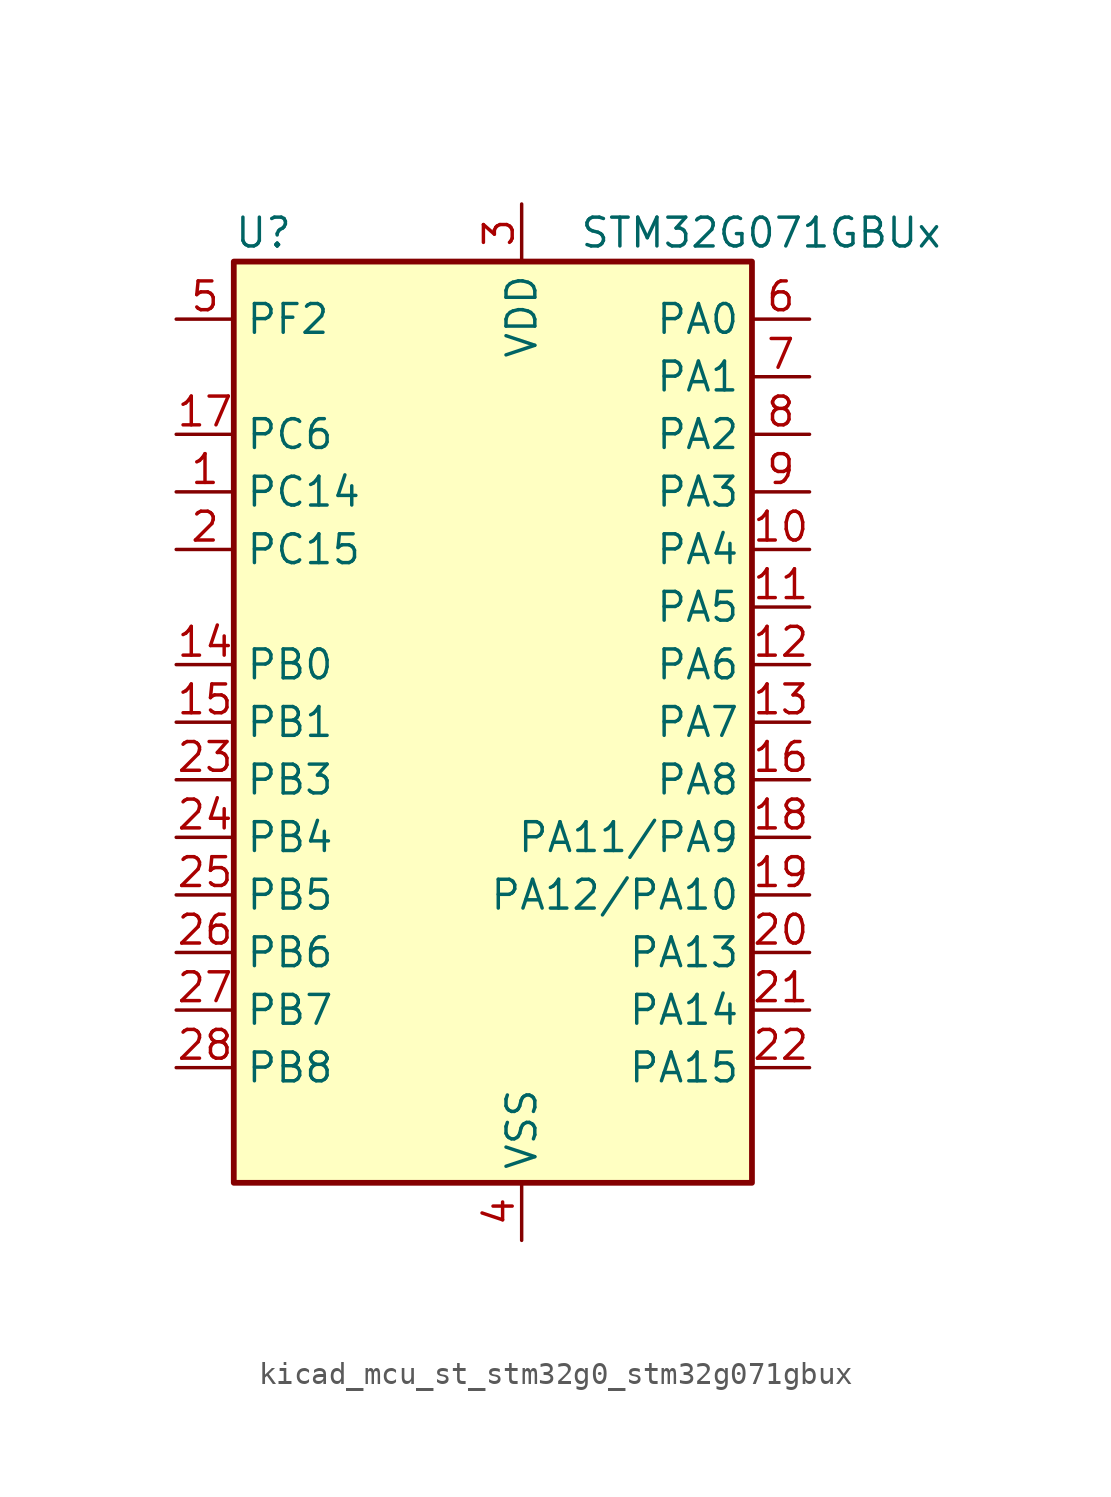
<source format=kicad_sym>
(kicad_symbol_lib
  (version 20220914)
  (generator kicad_symbol_editor)
  (symbol "kicad_mcu_st_stm32g0_stm32g071gbux"
    (property "Reference" "U"
      (at -10.16 21.59 0)
      (effects (font (size 1.27 1.27)) (justify left)))
    (property "Value" "STM32G071GBUx"
      (at 5.08 21.59 0)
      (effects (font (size 1.27 1.27)) (justify left)))
    (property "ki_locked" ""
      (at 0 0 0)
      (effects (font (size 1.27 1.27))))
    (symbol "kicad_mcu_st_stm32g0_stm32g071gbux_0_1"
      (rectangle (start -10.16 -20.32) (end 12.7 20.32) (stroke (width 0.254) (type default)) (fill (type background))))
    (symbol "kicad_mcu_st_stm32g0_stm32g071gbux_1_1"
      (pin bidirectional line (at -12.7 10.16 0) (length 2.54) (name "PC14" (effects (font (size 1.27 1.27)))) (number "1" (effects (font (size 1.27 1.27)))) (alternate "RCC_OSC32_IN" bidirectional line) (alternate "RCC_OSC_IN" bidirectional line) (alternate "TIM1_BK2" bidirectional line))
      (pin bidirectional line (at 15.24 7.62 180) (length 2.54) (name "PA4" (effects (font (size 1.27 1.27)))) (number "10" (effects (font (size 1.27 1.27)))) (alternate "ADC1_IN4" bidirectional line) (alternate "DAC1_OUT1" bidirectional line) (alternate "I2S1_WS" bidirectional line) (alternate "LPTIM2_OUT" bidirectional line) (alternate "RTC_OUT_ALARM" bidirectional line) (alternate "RTC_OUT_CALIB" bidirectional line) (alternate "RTC_TAMP_IN1" bidirectional line) (alternate "RTC_TS" bidirectional line) (alternate "SPI1_NSS" bidirectional line) (alternate "SPI2_MOSI" bidirectional line) (alternate "SYS_WKUP2" bidirectional line) (alternate "TIM14_CH1" bidirectional line))
      (pin bidirectional line (at 15.24 5.08 180) (length 2.54) (name "PA5" (effects (font (size 1.27 1.27)))) (number "11" (effects (font (size 1.27 1.27)))) (alternate "ADC1_IN5" bidirectional line) (alternate "CEC" bidirectional line) (alternate "DAC1_OUT2" bidirectional line) (alternate "I2S1_CK" bidirectional line) (alternate "LPTIM2_ETR" bidirectional line) (alternate "SPI1_SCK" bidirectional line) (alternate "TIM2_CH1" bidirectional line) (alternate "TIM2_ETR" bidirectional line) (alternate "UCPD1_FRSTX1" bidirectional line) (alternate "UCPD1_FRSTX2" bidirectional line) (alternate "USART3_TX" bidirectional line))
      (pin bidirectional line (at 15.24 2.54 180) (length 2.54) (name "PA6" (effects (font (size 1.27 1.27)))) (number "12" (effects (font (size 1.27 1.27)))) (alternate "ADC1_IN6" bidirectional line) (alternate "COMP1_OUT" bidirectional line) (alternate "I2S1_MCK" bidirectional line) (alternate "LPUART1_CTS" bidirectional line) (alternate "SPI1_MISO" bidirectional line) (alternate "TIM16_CH1" bidirectional line) (alternate "TIM1_BK" bidirectional line) (alternate "TIM3_CH1" bidirectional line) (alternate "USART3_CTS" bidirectional line) (alternate "USART3_NSS" bidirectional line))
      (pin bidirectional line (at 15.24 0 180) (length 2.54) (name "PA7" (effects (font (size 1.27 1.27)))) (number "13" (effects (font (size 1.27 1.27)))) (alternate "ADC1_IN7" bidirectional line) (alternate "COMP2_OUT" bidirectional line) (alternate "I2S1_SD" bidirectional line) (alternate "SPI1_MOSI" bidirectional line) (alternate "TIM14_CH1" bidirectional line) (alternate "TIM17_CH1" bidirectional line) (alternate "TIM1_CH1N" bidirectional line) (alternate "TIM3_CH2" bidirectional line) (alternate "UCPD1_FRSTX1" bidirectional line) (alternate "UCPD1_FRSTX2" bidirectional line))
      (pin bidirectional line (at -12.7 2.54 0) (length 2.54) (name "PB0" (effects (font (size 1.27 1.27)))) (number "14" (effects (font (size 1.27 1.27)))) (alternate "ADC1_IN8" bidirectional line) (alternate "COMP1_OUT" bidirectional line) (alternate "I2S1_WS" bidirectional line) (alternate "LPTIM1_OUT" bidirectional line) (alternate "SPI1_NSS" bidirectional line) (alternate "TIM1_CH2N" bidirectional line) (alternate "TIM3_CH3" bidirectional line) (alternate "UCPD1_FRSTX1" bidirectional line) (alternate "UCPD1_FRSTX2" bidirectional line) (alternate "USART3_RX" bidirectional line))
      (pin bidirectional line (at -12.7 0 0) (length 2.54) (name "PB1" (effects (font (size 1.27 1.27)))) (number "15" (effects (font (size 1.27 1.27)))) (alternate "ADC1_IN9" bidirectional line) (alternate "COMP1_INM" bidirectional line) (alternate "LPTIM2_IN1" bidirectional line) (alternate "LPUART1_DE" bidirectional line) (alternate "LPUART1_RTS" bidirectional line) (alternate "TIM14_CH1" bidirectional line) (alternate "TIM1_CH3N" bidirectional line) (alternate "TIM3_CH4" bidirectional line) (alternate "USART3_CK" bidirectional line) (alternate "USART3_DE" bidirectional line) (alternate "USART3_RTS" bidirectional line))
      (pin bidirectional line (at 15.24 -2.54 180) (length 2.54) (name "PA8" (effects (font (size 1.27 1.27)))) (number "16" (effects (font (size 1.27 1.27)))) (alternate "LPTIM2_OUT" bidirectional line) (alternate "RCC_MCO" bidirectional line) (alternate "SPI2_NSS" bidirectional line) (alternate "TIM1_CH1" bidirectional line) (alternate "UCPD1_CC1" bidirectional line))
      (pin bidirectional line (at -12.7 12.7 0) (length 2.54) (name "PC6" (effects (font (size 1.27 1.27)))) (number "17" (effects (font (size 1.27 1.27)))) (alternate "TIM2_CH3" bidirectional line) (alternate "TIM3_CH1" bidirectional line) (alternate "UCPD1_FRSTX1" bidirectional line) (alternate "UCPD1_FRSTX2" bidirectional line))
      (pin bidirectional line (at 15.24 -5.08 180) (length 2.54) (name "PA11/PA9" (effects (font (size 1.27 1.27)))) (number "18" (effects (font (size 1.27 1.27)))) (alternate "ADC1_EXTI11" bidirectional line) (alternate "COMP1_OUT" bidirectional line) (alternate "I2C2_SCL" bidirectional line) (alternate "I2S1_MCK" bidirectional line) (alternate "SPI1_MISO" bidirectional line) (alternate "TIM1_BK2" bidirectional line) (alternate "TIM1_CH4" bidirectional line) (alternate "USART1_CTS" bidirectional line) (alternate "USART1_NSS" bidirectional line))
      (pin bidirectional line (at 15.24 -7.62 180) (length 2.54) (name "PA12/PA10" (effects (font (size 1.27 1.27)))) (number "19" (effects (font (size 1.27 1.27)))) (alternate "COMP2_OUT" bidirectional line) (alternate "I2C2_SDA" bidirectional line) (alternate "I2S1_SD" bidirectional line) (alternate "I2S_CKIN" bidirectional line) (alternate "SPI1_MOSI" bidirectional line) (alternate "TIM1_ETR" bidirectional line) (alternate "USART1_CK" bidirectional line) (alternate "USART1_DE" bidirectional line) (alternate "USART1_RTS" bidirectional line))
      (pin bidirectional line (at -12.7 7.62 0) (length 2.54) (name "PC15" (effects (font (size 1.27 1.27)))) (number "2" (effects (font (size 1.27 1.27)))) (alternate "RCC_OSC32_EN" bidirectional line) (alternate "RCC_OSC32_OUT" bidirectional line) (alternate "RCC_OSC_EN" bidirectional line) (alternate "TIM15_BK" bidirectional line))
      (pin bidirectional line (at 15.24 -10.16 180) (length 2.54) (name "PA13" (effects (font (size 1.27 1.27)))) (number "20" (effects (font (size 1.27 1.27)))) (alternate "IR_OUT" bidirectional line) (alternate "SYS_SWDIO" bidirectional line))
      (pin bidirectional line (at 15.24 -12.7 180) (length 2.54) (name "PA14" (effects (font (size 1.27 1.27)))) (number "21" (effects (font (size 1.27 1.27)))) (alternate "SYS_SWCLK" bidirectional line) (alternate "USART2_TX" bidirectional line))
      (pin bidirectional line (at 15.24 -15.24 180) (length 2.54) (name "PA15" (effects (font (size 1.27 1.27)))) (number "22" (effects (font (size 1.27 1.27)))) (alternate "I2S1_WS" bidirectional line) (alternate "SPI1_NSS" bidirectional line) (alternate "TIM2_CH1" bidirectional line) (alternate "TIM2_ETR" bidirectional line) (alternate "USART2_RX" bidirectional line) (alternate "USART3_CK" bidirectional line) (alternate "USART3_DE" bidirectional line) (alternate "USART3_RTS" bidirectional line) (alternate "USART4_CK" bidirectional line) (alternate "USART4_DE" bidirectional line) (alternate "USART4_RTS" bidirectional line))
      (pin bidirectional line (at -12.7 -2.54 0) (length 2.54) (name "PB3" (effects (font (size 1.27 1.27)))) (number "23" (effects (font (size 1.27 1.27)))) (alternate "COMP2_INM" bidirectional line) (alternate "I2S1_CK" bidirectional line) (alternate "SPI1_SCK" bidirectional line) (alternate "TIM1_CH2" bidirectional line) (alternate "TIM2_CH2" bidirectional line) (alternate "USART1_CK" bidirectional line) (alternate "USART1_DE" bidirectional line) (alternate "USART1_RTS" bidirectional line))
      (pin bidirectional line (at -12.7 -5.08 0) (length 2.54) (name "PB4" (effects (font (size 1.27 1.27)))) (number "24" (effects (font (size 1.27 1.27)))) (alternate "COMP2_INP" bidirectional line) (alternate "I2S1_MCK" bidirectional line) (alternate "SPI1_MISO" bidirectional line) (alternate "TIM17_BK" bidirectional line) (alternate "TIM3_CH1" bidirectional line) (alternate "USART1_CTS" bidirectional line) (alternate "USART1_NSS" bidirectional line))
      (pin bidirectional line (at -12.7 -7.62 0) (length 2.54) (name "PB5" (effects (font (size 1.27 1.27)))) (number "25" (effects (font (size 1.27 1.27)))) (alternate "COMP2_OUT" bidirectional line) (alternate "I2C1_SMBA" bidirectional line) (alternate "I2S1_SD" bidirectional line) (alternate "LPTIM1_IN1" bidirectional line) (alternate "SPI1_MOSI" bidirectional line) (alternate "SYS_WKUP6" bidirectional line) (alternate "TIM16_BK" bidirectional line) (alternate "TIM3_CH2" bidirectional line))
      (pin bidirectional line (at -12.7 -10.16 0) (length 2.54) (name "PB6" (effects (font (size 1.27 1.27)))) (number "26" (effects (font (size 1.27 1.27)))) (alternate "COMP2_INP" bidirectional line) (alternate "I2C1_SCL" bidirectional line) (alternate "LPTIM1_ETR" bidirectional line) (alternate "SPI2_MISO" bidirectional line) (alternate "TIM16_CH1N" bidirectional line) (alternate "TIM1_CH3" bidirectional line) (alternate "USART1_TX" bidirectional line))
      (pin bidirectional line (at -12.7 -12.7 0) (length 2.54) (name "PB7" (effects (font (size 1.27 1.27)))) (number "27" (effects (font (size 1.27 1.27)))) (alternate "COMP2_INM" bidirectional line) (alternate "I2C1_SDA" bidirectional line) (alternate "LPTIM1_IN2" bidirectional line) (alternate "SPI2_MOSI" bidirectional line) (alternate "SYS_PVD_IN" bidirectional line) (alternate "TIM17_CH1N" bidirectional line) (alternate "USART1_RX" bidirectional line) (alternate "USART4_CTS" bidirectional line) (alternate "USART4_NSS" bidirectional line))
      (pin bidirectional line (at -12.7 -15.24 0) (length 2.54) (name "PB8" (effects (font (size 1.27 1.27)))) (number "28" (effects (font (size 1.27 1.27)))) (alternate "CEC" bidirectional line) (alternate "I2C1_SCL" bidirectional line) (alternate "SPI2_SCK" bidirectional line) (alternate "TIM15_BK" bidirectional line) (alternate "TIM16_CH1" bidirectional line) (alternate "USART3_TX" bidirectional line))
      (pin power_in line (at 2.54 22.86 270) (length 2.54) (name "VDD" (effects (font (size 1.27 1.27)))) (number "3" (effects (font (size 1.27 1.27)))))
      (pin power_in line (at 2.54 -22.86 90) (length 2.54) (name "VSS" (effects (font (size 1.27 1.27)))) (number "4" (effects (font (size 1.27 1.27)))))
      (pin bidirectional line (at -12.7 17.78 0) (length 2.54) (name "PF2" (effects (font (size 1.27 1.27)))) (number "5" (effects (font (size 1.27 1.27)))) (alternate "RCC_MCO" bidirectional line))
      (pin bidirectional line (at 15.24 17.78 180) (length 2.54) (name "PA0" (effects (font (size 1.27 1.27)))) (number "6" (effects (font (size 1.27 1.27)))) (alternate "ADC1_IN0" bidirectional line) (alternate "COMP1_INM" bidirectional line) (alternate "COMP1_OUT" bidirectional line) (alternate "LPTIM1_OUT" bidirectional line) (alternate "RTC_TAMP_IN2" bidirectional line) (alternate "SPI2_SCK" bidirectional line) (alternate "SYS_WKUP1" bidirectional line) (alternate "TIM2_CH1" bidirectional line) (alternate "TIM2_ETR" bidirectional line) (alternate "USART2_CTS" bidirectional line) (alternate "USART2_NSS" bidirectional line) (alternate "USART4_TX" bidirectional line))
      (pin bidirectional line (at 15.24 15.24 180) (length 2.54) (name "PA1" (effects (font (size 1.27 1.27)))) (number "7" (effects (font (size 1.27 1.27)))) (alternate "ADC1_IN1" bidirectional line) (alternate "COMP1_INP" bidirectional line) (alternate "I2C1_SMBA" bidirectional line) (alternate "I2S1_CK" bidirectional line) (alternate "SPI1_SCK" bidirectional line) (alternate "TIM15_CH1N" bidirectional line) (alternate "TIM2_CH2" bidirectional line) (alternate "USART2_CK" bidirectional line) (alternate "USART2_DE" bidirectional line) (alternate "USART2_RTS" bidirectional line) (alternate "USART4_RX" bidirectional line))
      (pin bidirectional line (at 15.24 12.7 180) (length 2.54) (name "PA2" (effects (font (size 1.27 1.27)))) (number "8" (effects (font (size 1.27 1.27)))) (alternate "ADC1_IN2" bidirectional line) (alternate "COMP2_INM" bidirectional line) (alternate "COMP2_OUT" bidirectional line) (alternate "I2S1_SD" bidirectional line) (alternate "LPUART1_TX" bidirectional line) (alternate "RCC_LSCO" bidirectional line) (alternate "SPI1_MOSI" bidirectional line) (alternate "SYS_WKUP4" bidirectional line) (alternate "TIM15_CH1" bidirectional line) (alternate "TIM2_CH3" bidirectional line) (alternate "UCPD1_FRSTX1" bidirectional line) (alternate "UCPD1_FRSTX2" bidirectional line) (alternate "USART2_TX" bidirectional line))
      (pin bidirectional line (at 15.24 10.16 180) (length 2.54) (name "PA3" (effects (font (size 1.27 1.27)))) (number "9" (effects (font (size 1.27 1.27)))) (alternate "ADC1_IN3" bidirectional line) (alternate "COMP2_INP" bidirectional line) (alternate "LPUART1_RX" bidirectional line) (alternate "SPI2_MISO" bidirectional line) (alternate "TIM15_CH2" bidirectional line) (alternate "TIM2_CH4" bidirectional line) (alternate "USART2_RX" bidirectional line)))))
</source>
